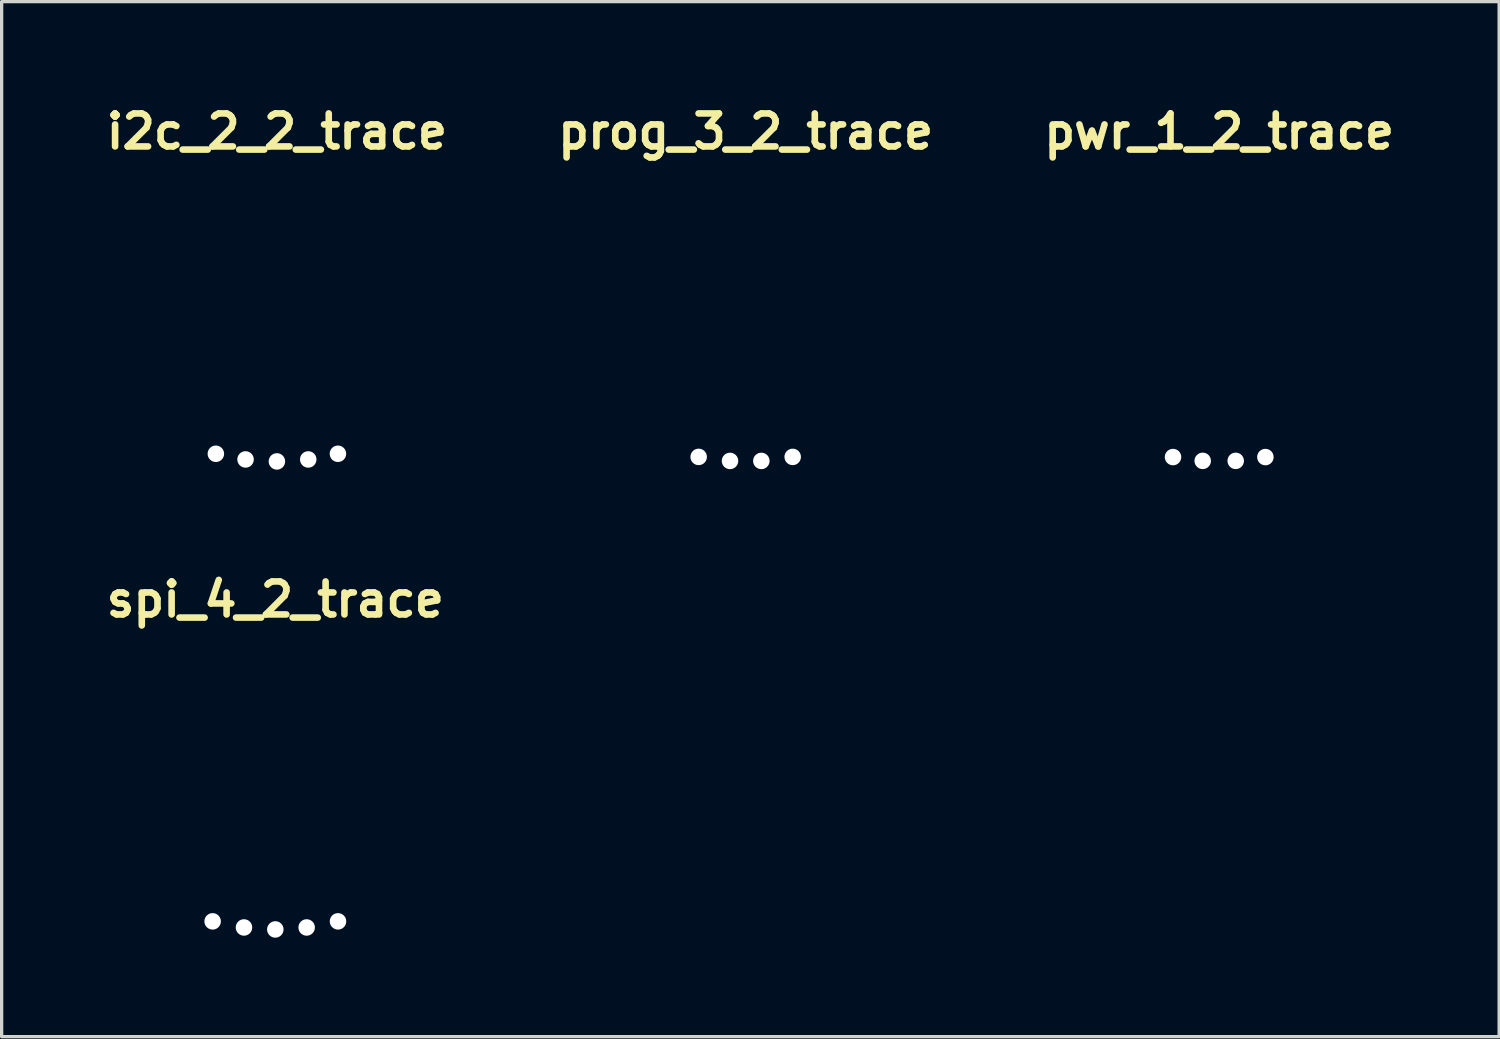
<source format=kicad_pcb>
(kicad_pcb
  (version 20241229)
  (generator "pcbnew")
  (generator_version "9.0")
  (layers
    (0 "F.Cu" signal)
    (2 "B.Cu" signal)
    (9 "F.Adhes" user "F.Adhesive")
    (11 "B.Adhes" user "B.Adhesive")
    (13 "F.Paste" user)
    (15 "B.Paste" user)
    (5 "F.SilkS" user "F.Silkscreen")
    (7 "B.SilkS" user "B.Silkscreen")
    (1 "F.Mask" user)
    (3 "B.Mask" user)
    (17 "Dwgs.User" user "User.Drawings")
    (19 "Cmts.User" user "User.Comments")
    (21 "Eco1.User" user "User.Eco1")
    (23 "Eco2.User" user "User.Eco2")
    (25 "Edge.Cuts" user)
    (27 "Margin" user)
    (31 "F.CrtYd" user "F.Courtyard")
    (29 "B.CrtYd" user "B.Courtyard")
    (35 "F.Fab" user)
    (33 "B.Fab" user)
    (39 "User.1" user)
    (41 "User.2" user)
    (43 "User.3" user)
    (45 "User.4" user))
  (footprint "i2c_2_2_trace"
    (layer "F.Cu")
    (at 5.343 3.436)
    (property "Reference" "i2c_2_2_trace" (at 0 -2.5 0) (layer "F.SilkS") (effects (font (size 1 1) (thickness 0.2))))
    (attr through_hole)
    (pad "" np_thru_hole circle (at -1.85 7.268) (size 0.5 0.5) (drill 0.5) (layers "*.Cu" "*.Mask"))
    (pad "" np_thru_hole circle (at -0.95 7.44) (size 0.5 0.5) (drill 0.5) (layers "*.Cu" "*.Mask"))
    (pad "" np_thru_hole circle (at 0 7.5) (size 0.5 0.5) (drill 0.5) (layers "*.Cu" "*.Mask"))
    (pad "" np_thru_hole circle (at 0.95 7.44) (size 0.5 0.5) (drill 0.5) (layers "*.Cu" "*.Mask"))
    (pad "" np_thru_hole circle (at 1.85 7.268) (size 0.5 0.5) (drill 0.5) (layers "*.Cu" "*.Mask")))
  (footprint "pwr_1_2_trace"
    (layer "F.Cu")
    (at 33.905 3.436)
    (property "Reference" "pwr_1_2_trace" (at 0 -2.5 0) (layer "F.SilkS") (effects (font (size 1 1) (thickness 0.2))))
    (attr through_hole)
    (pad "" np_thru_hole circle (at -1.4 7.368) (size 0.5 0.5) (drill 0.5) (layers "*.Cu" "*.Mask"))
    (pad "" np_thru_hole circle (at -0.5 7.483) (size 0.5 0.5) (drill 0.5) (layers "*.Cu" "*.Mask"))
    (pad "" np_thru_hole circle (at 0.5 7.483) (size 0.5 0.5) (drill 0.5) (layers "*.Cu" "*.Mask"))
    (pad "" np_thru_hole circle (at 1.4 7.368) (size 0.5 0.5) (drill 0.5) (layers "*.Cu" "*.Mask")))
  (footprint "spi_4_2_trace"
    (layer "F.Cu")
    (at 5.295 17.622)
    (property "Reference" "spi_4_2_trace" (at 0 -2.5 0) (layer "F.SilkS") (effects (font (size 1 1) (thickness 0.2))))
    (attr through_hole)
    (pad "" np_thru_hole circle (at -1.9 7.255) (size 0.5 0.5) (drill 0.5) (layers "*.Cu" "*.Mask"))
    (pad "" np_thru_hole circle (at -0.95 7.44) (size 0.5 0.5) (drill 0.5) (layers "*.Cu" "*.Mask"))
    (pad "" np_thru_hole circle (at 0 7.5) (size 0.5 0.5) (drill 0.5) (layers "*.Cu" "*.Mask"))
    (pad "" np_thru_hole circle (at 0.95 7.44) (size 0.5 0.5) (drill 0.5) (layers "*.Cu" "*.Mask"))
    (pad "" np_thru_hole circle (at 1.9 7.255) (size 0.5 0.5) (drill 0.5) (layers "*.Cu" "*.Mask")))
  (footprint "prog_3_2_trace"
    (layer "F.Cu")
    (at 19.552 3.436)
    (property "Reference" "prog_3_2_trace" (at 0 -2.5 0) (layer "F.SilkS") (effects (font (size 1 1) (thickness 0.2))))
    (attr through_hole)
    (pad "" np_thru_hole circle (at -1.425 7.363) (size 0.5 0.5) (drill 0.5) (layers "*.Cu" "*.Mask"))
    (pad "" np_thru_hole circle (at -0.475 7.485) (size 0.5 0.5) (drill 0.5) (layers "*.Cu" "*.Mask"))
    (pad "" np_thru_hole circle (at 0.475 7.485) (size 0.5 0.5) (drill 0.5) (layers "*.Cu" "*.Mask"))
    (pad "" np_thru_hole circle (at 1.425 7.363) (size 0.5 0.5) (drill 0.5) (layers "*.Cu" "*.Mask")))
  (gr_rect
    (start -3 -3)
    (end 42.39 28.372)
    (stroke (width 0.1) (type default))
    (fill no)
    (layer "Edge.Cuts")))
</source>
